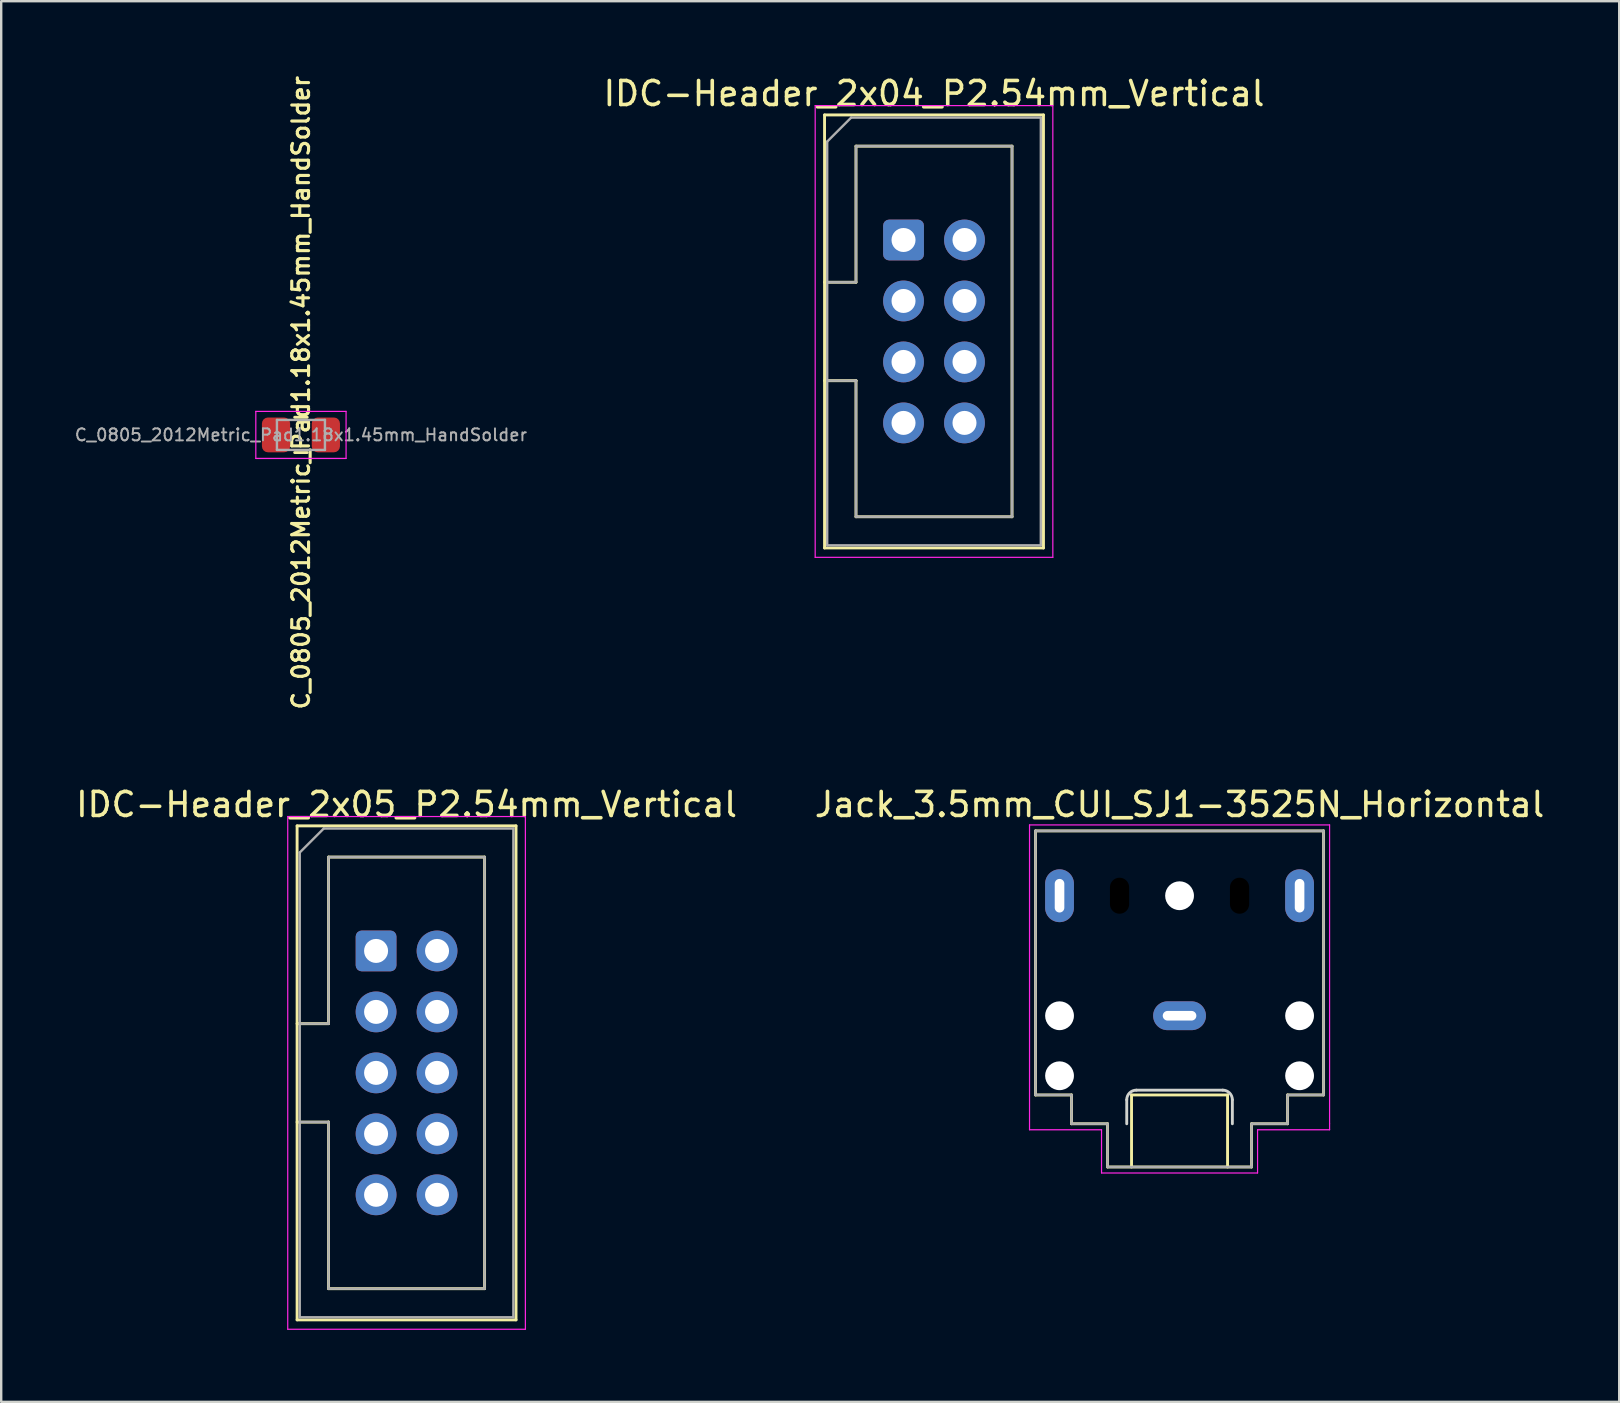
<source format=kicad_pcb>
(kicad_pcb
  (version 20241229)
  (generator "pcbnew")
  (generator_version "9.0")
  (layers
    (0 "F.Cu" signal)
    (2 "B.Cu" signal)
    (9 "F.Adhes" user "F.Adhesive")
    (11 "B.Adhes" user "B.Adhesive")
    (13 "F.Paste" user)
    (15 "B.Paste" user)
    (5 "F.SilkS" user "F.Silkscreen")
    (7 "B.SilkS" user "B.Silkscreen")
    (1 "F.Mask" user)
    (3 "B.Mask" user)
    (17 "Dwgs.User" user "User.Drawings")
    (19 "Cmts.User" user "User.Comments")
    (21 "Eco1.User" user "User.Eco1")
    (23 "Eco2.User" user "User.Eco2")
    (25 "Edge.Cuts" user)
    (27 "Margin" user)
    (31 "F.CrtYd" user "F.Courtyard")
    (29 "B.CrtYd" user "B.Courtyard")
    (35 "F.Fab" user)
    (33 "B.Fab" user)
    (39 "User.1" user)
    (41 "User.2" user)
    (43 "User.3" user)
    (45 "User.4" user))
  (footprint "IDC-Header_2x05_P2.54mm_Vertical"
    (layer "F.Cu")
    (at 12.617 36.565)
    (property "Reference" "IDC-Header_2x05_P2.54mm_Vertical" (at 1.27 -6.1 0) (layer "F.SilkS") (effects (font (size 1 1) (thickness 0.15))))
    (attr through_hole)
    (fp_line (start -3.29 -5.21) (end 5.83 -5.21) (stroke (width 0.12) (type solid)) (layer "F.SilkS"))
    (fp_line (start -3.29 3.03) (end -1.98 3.03) (stroke (width 0.12) (type solid)) (layer "F.SilkS"))
    (fp_line (start -3.29 15.37) (end -3.29 -5.21) (stroke (width 0.12) (type solid)) (layer "F.SilkS"))
    (fp_line (start -1.98 -3.91) (end 4.52 -3.91) (stroke (width 0.12) (type solid)) (layer "F.SilkS"))
    (fp_line (start -1.98 3.03) (end -1.98 -3.91) (stroke (width 0.12) (type solid)) (layer "F.SilkS"))
    (fp_line (start -1.98 7.13) (end -3.29 7.13) (stroke (width 0.12) (type solid)) (layer "F.SilkS"))
    (fp_line (start -1.98 7.13) (end -1.98 7.13) (stroke (width 0.12) (type solid)) (layer "F.SilkS"))
    (fp_line (start -1.98 14.07) (end -1.98 7.13) (stroke (width 0.12) (type solid)) (layer "F.SilkS"))
    (fp_line (start 4.52 -3.91) (end 4.52 14.07) (stroke (width 0.12) (type solid)) (layer "F.SilkS"))
    (fp_line (start 4.52 14.07) (end -1.98 14.07) (stroke (width 0.12) (type solid)) (layer "F.SilkS"))
    (fp_line (start 5.83 -5.21) (end 5.83 15.37) (stroke (width 0.12) (type solid)) (layer "F.SilkS"))
    (fp_line (start 5.83 15.37) (end -3.29 15.37) (stroke (width 0.12) (type solid)) (layer "F.SilkS"))
    (fp_line (start -3.68 -5.6) (end -3.68 15.76) (stroke (width 0.05) (type solid)) (layer "F.CrtYd"))
    (fp_line (start -3.68 15.76) (end 6.22 15.76) (stroke (width 0.05) (type solid)) (layer "F.CrtYd"))
    (fp_line (start 6.22 -5.6) (end -3.68 -5.6) (stroke (width 0.05) (type solid)) (layer "F.CrtYd"))
    (fp_line (start 6.22 15.76) (end 6.22 -5.6) (stroke (width 0.05) (type solid)) (layer "F.CrtYd"))
    (fp_line (start -3.18 -4.1) (end -2.18 -5.1) (stroke (width 0.1) (type solid)) (layer "F.Fab"))
    (fp_line (start -3.18 3.03) (end -1.98 3.03) (stroke (width 0.1) (type solid)) (layer "F.Fab"))
    (fp_line (start -3.18 15.26) (end -3.18 -4.1) (stroke (width 0.1) (type solid)) (layer "F.Fab"))
    (fp_line (start -2.18 -5.1) (end 5.72 -5.1) (stroke (width 0.1) (type solid)) (layer "F.Fab"))
    (fp_line (start -1.98 -3.91) (end 4.52 -3.91) (stroke (width 0.1) (type solid)) (layer "F.Fab"))
    (fp_line (start -1.98 3.03) (end -1.98 -3.91) (stroke (width 0.1) (type solid)) (layer "F.Fab"))
    (fp_line (start -1.98 7.13) (end -3.18 7.13) (stroke (width 0.1) (type solid)) (layer "F.Fab"))
    (fp_line (start -1.98 7.13) (end -1.98 7.13) (stroke (width 0.1) (type solid)) (layer "F.Fab"))
    (fp_line (start -1.98 14.07) (end -1.98 7.13) (stroke (width 0.1) (type solid)) (layer "F.Fab"))
    (fp_line (start 4.52 -3.91) (end 4.52 14.07) (stroke (width 0.1) (type solid)) (layer "F.Fab"))
    (fp_line (start 4.52 14.07) (end -1.98 14.07) (stroke (width 0.1) (type solid)) (layer "F.Fab"))
    (fp_line (start 5.72 -5.1) (end 5.72 15.26) (stroke (width 0.1) (type solid)) (layer "F.Fab"))
    (fp_line (start 5.72 15.26) (end -3.18 15.26) (stroke (width 0.1) (type solid)) (layer "F.Fab"))
    (pad "1" thru_hole roundrect (at 0 0) (size 1.7 1.7) (drill 1) (layers "*.Cu" "*.Mask") (roundrect_rratio 0.147))
    (pad "2" thru_hole circle (at 2.54 0) (size 1.7 1.7) (drill 1) (layers "*.Cu" "*.Mask"))
    (pad "3" thru_hole circle (at 0 2.54) (size 1.7 1.7) (drill 1) (layers "*.Cu" "*.Mask"))
    (pad "4" thru_hole circle (at 2.54 2.54) (size 1.7 1.7) (drill 1) (layers "*.Cu" "*.Mask"))
    (pad "5" thru_hole circle (at 0 5.08) (size 1.7 1.7) (drill 1) (layers "*.Cu" "*.Mask"))
    (pad "6" thru_hole circle (at 2.54 5.08) (size 1.7 1.7) (drill 1) (layers "*.Cu" "*.Mask"))
    (pad "7" thru_hole circle (at 0 7.62) (size 1.7 1.7) (drill 1) (layers "*.Cu" "*.Mask"))
    (pad "8" thru_hole circle (at 2.54 7.62) (size 1.7 1.7) (drill 1) (layers "*.Cu" "*.Mask"))
    (pad "9" thru_hole circle (at 0 10.16) (size 1.7 1.7) (drill 1) (layers "*.Cu" "*.Mask"))
    (pad "10" thru_hole circle (at 2.54 10.16) (size 1.7 1.7) (drill 1) (layers "*.Cu" "*.Mask")))
  (footprint "IDC-Header_2x04_P2.54mm_Vertical"
    (layer "F.Cu")
    (at 34.59 6.948)
    (property "Reference" "IDC-Header_2x04_P2.54mm_Vertical" (at 1.27 -6.1 180) (layer "F.SilkS") (effects (font (size 1 1) (thickness 0.15))))
    (attr through_hole)
    (fp_line (start -3.29 -5.21) (end 5.83 -5.21) (stroke (width 0.12) (type solid)) (layer "F.SilkS"))
    (fp_line (start -3.29 1.76) (end -1.98 1.76) (stroke (width 0.12) (type solid)) (layer "F.SilkS"))
    (fp_line (start -3.29 12.83) (end -3.29 -5.21) (stroke (width 0.12) (type solid)) (layer "F.SilkS"))
    (fp_line (start -1.98 -3.91) (end 4.52 -3.91) (stroke (width 0.12) (type solid)) (layer "F.SilkS"))
    (fp_line (start -1.98 1.76) (end -1.98 -3.91) (stroke (width 0.12) (type solid)) (layer "F.SilkS"))
    (fp_line (start -1.98 5.86) (end -3.29 5.86) (stroke (width 0.12) (type solid)) (layer "F.SilkS"))
    (fp_line (start -1.98 5.86) (end -1.98 5.86) (stroke (width 0.12) (type solid)) (layer "F.SilkS"))
    (fp_line (start -1.98 11.53) (end -1.98 5.86) (stroke (width 0.12) (type solid)) (layer "F.SilkS"))
    (fp_line (start 4.52 -3.91) (end 4.52 11.53) (stroke (width 0.12) (type solid)) (layer "F.SilkS"))
    (fp_line (start 4.52 11.53) (end -1.98 11.53) (stroke (width 0.12) (type solid)) (layer "F.SilkS"))
    (fp_line (start 5.83 -5.21) (end 5.83 12.83) (stroke (width 0.12) (type solid)) (layer "F.SilkS"))
    (fp_line (start 5.83 12.83) (end -3.29 12.83) (stroke (width 0.12) (type solid)) (layer "F.SilkS"))
    (fp_line (start -3.68 -5.6) (end -3.68 13.22) (stroke (width 0.05) (type solid)) (layer "F.CrtYd"))
    (fp_line (start -3.68 13.22) (end 6.22 13.22) (stroke (width 0.05) (type solid)) (layer "F.CrtYd"))
    (fp_line (start 6.22 -5.6) (end -3.68 -5.6) (stroke (width 0.05) (type solid)) (layer "F.CrtYd"))
    (fp_line (start 6.22 13.22) (end 6.22 -5.6) (stroke (width 0.05) (type solid)) (layer "F.CrtYd"))
    (fp_line (start -3.18 -4.1) (end -2.18 -5.1) (stroke (width 0.1) (type solid)) (layer "F.Fab"))
    (fp_line (start -3.18 1.76) (end -1.98 1.76) (stroke (width 0.1) (type solid)) (layer "F.Fab"))
    (fp_line (start -3.18 12.72) (end -3.18 -4.1) (stroke (width 0.1) (type solid)) (layer "F.Fab"))
    (fp_line (start -2.18 -5.1) (end 5.72 -5.1) (stroke (width 0.1) (type solid)) (layer "F.Fab"))
    (fp_line (start -1.98 -3.91) (end 4.52 -3.91) (stroke (width 0.1) (type solid)) (layer "F.Fab"))
    (fp_line (start -1.98 1.76) (end -1.98 -3.91) (stroke (width 0.1) (type solid)) (layer "F.Fab"))
    (fp_line (start -1.98 5.86) (end -3.18 5.86) (stroke (width 0.1) (type solid)) (layer "F.Fab"))
    (fp_line (start -1.98 5.86) (end -1.98 5.86) (stroke (width 0.1) (type solid)) (layer "F.Fab"))
    (fp_line (start -1.98 11.53) (end -1.98 5.86) (stroke (width 0.1) (type solid)) (layer "F.Fab"))
    (fp_line (start 4.52 -3.91) (end 4.52 11.53) (stroke (width 0.1) (type solid)) (layer "F.Fab"))
    (fp_line (start 4.52 11.53) (end -1.98 11.53) (stroke (width 0.1) (type solid)) (layer "F.Fab"))
    (fp_line (start 5.72 -5.1) (end 5.72 12.72) (stroke (width 0.1) (type solid)) (layer "F.Fab"))
    (fp_line (start 5.72 12.72) (end -3.18 12.72) (stroke (width 0.1) (type solid)) (layer "F.Fab"))
    (pad "1" thru_hole roundrect (at 0 0) (size 1.7 1.7) (drill 1) (layers "*.Cu" "*.Mask") (roundrect_rratio 0.147))
    (pad "2" thru_hole circle (at 2.54 0) (size 1.7 1.7) (drill 1) (layers "*.Cu" "*.Mask"))
    (pad "3" thru_hole circle (at 0 2.54) (size 1.7 1.7) (drill 1) (layers "*.Cu" "*.Mask"))
    (pad "4" thru_hole circle (at 2.54 2.54) (size 1.7 1.7) (drill 1) (layers "*.Cu" "*.Mask"))
    (pad "5" thru_hole circle (at 0 5.08) (size 1.7 1.7) (drill 1) (layers "*.Cu" "*.Mask"))
    (pad "6" thru_hole circle (at 2.54 5.08) (size 1.7 1.7) (drill 1) (layers "*.Cu" "*.Mask"))
    (pad "7" thru_hole circle (at 0 7.62) (size 1.7 1.7) (drill 1) (layers "*.Cu" "*.Mask"))
    (pad "8" thru_hole circle (at 2.54 7.62) (size 1.7 1.7) (drill 1) (layers "*.Cu" "*.Mask")))
  (footprint "Jack_3.5mm_CUI_SJ1-3525N_Horizontal"
    (layer "F.Cu")
    (at 46.089 39.265)
    (property "Reference" "Jack_3.5mm_CUI_SJ1-3525N_Horizontal" (at 0 -8.8 180) (layer "F.SilkS") (effects (font (size 1 1) (thickness 0.15))))
    (attr through_hole)
    (fp_line (start -6 -7.7) (end 6 -7.7) (stroke (width 0.12) (type solid)) (layer "F.SilkS"))
    (fp_line (start -6 3.3) (end -6 -7.7) (stroke (width 0.12) (type solid)) (layer "F.SilkS"))
    (fp_line (start -4.5 3.3) (end -6 3.3) (stroke (width 0.12) (type solid)) (layer "F.SilkS"))
    (fp_line (start -4.5 4.5) (end -4.5 3.3) (stroke (width 0.12) (type solid)) (layer "F.SilkS"))
    (fp_line (start -3 4.5) (end -4.5 4.5) (stroke (width 0.12) (type solid)) (layer "F.SilkS"))
    (fp_line (start -3 6.3) (end -3 4.5) (stroke (width 0.12) (type solid)) (layer "F.SilkS"))
    (fp_line (start -2 3.3) (end -2 6.3) (stroke (width 0.12) (type solid)) (layer "F.SilkS"))
    (fp_line (start 2 3.3) (end -2 3.3) (stroke (width 0.12) (type solid)) (layer "F.SilkS"))
    (fp_line (start 2 6.3) (end 2 3.3) (stroke (width 0.12) (type solid)) (layer "F.SilkS"))
    (fp_line (start 3 4.5) (end 3 6.3) (stroke (width 0.12) (type solid)) (layer "F.SilkS"))
    (fp_line (start 3 6.3) (end -3 6.3) (stroke (width 0.12) (type solid)) (layer "F.SilkS"))
    (fp_line (start 4.5 3.3) (end 4.5 4.5) (stroke (width 0.12) (type solid)) (layer "F.SilkS"))
    (fp_line (start 4.5 4.5) (end 3 4.5) (stroke (width 0.12) (type solid)) (layer "F.SilkS"))
    (fp_line (start 6 -7.7) (end 6 3.3) (stroke (width 0.12) (type solid)) (layer "F.SilkS"))
    (fp_line (start 6 3.3) (end 4.5 3.3) (stroke (width 0.12) (type solid)) (layer "F.SilkS"))
    (fp_line (start -2.2 3.5) (end -2.2 4.5) (stroke (width 0.12) (type solid)) (layer "Edge.Cuts"))
    (fp_line (start 1.8 3.1) (end -1.8 3.1) (stroke (width 0.12) (type solid)) (layer "Edge.Cuts"))
    (fp_line (start 2.2 3.5) (end 2.2 4.5) (stroke (width 0.12) (type solid)) (layer "Edge.Cuts"))
    (fp_arc (start -2.2 3.5) (mid -2.082842 3.217158) (end -1.8 3.1) (stroke (width 0.12) (type solid)) (layer "Edge.Cuts"))
    (fp_arc (start 1.8 3.1) (mid 2.082843 3.217157) (end 2.2 3.5) (stroke (width 0.12) (type solid)) (layer "Edge.Cuts"))
    (fp_line (start -6.25 -7.95) (end -6.25 4.75) (stroke (width 0.05) (type solid)) (layer "F.CrtYd"))
    (fp_line (start -6.25 4.75) (end -3.25 4.75) (stroke (width 0.05) (type solid)) (layer "F.CrtYd"))
    (fp_line (start -3.25 4.75) (end -3.25 6.55) (stroke (width 0.05) (type solid)) (layer "F.CrtYd"))
    (fp_line (start -3.25 6.55) (end 3.25 6.55) (stroke (width 0.05) (type solid)) (layer "F.CrtYd"))
    (fp_line (start 3.25 4.75) (end 6.25 4.75) (stroke (width 0.05) (type solid)) (layer "F.CrtYd"))
    (fp_line (start 3.25 6.55) (end 3.25 4.75) (stroke (width 0.05) (type solid)) (layer "F.CrtYd"))
    (fp_line (start 6.25 -7.95) (end -6.25 -7.95) (stroke (width 0.05) (type solid)) (layer "F.CrtYd"))
    (fp_line (start 6.25 4.5) (end 6.25 -7.95) (stroke (width 0.05) (type solid)) (layer "F.CrtYd"))
    (fp_line (start 6.25 4.75) (end 6.25 4.5) (stroke (width 0.05) (type solid)) (layer "F.CrtYd"))
    (fp_line (start -6 -7.7) (end 6 -7.7) (stroke (width 0.1) (type solid)) (layer "F.Fab"))
    (fp_line (start -6 3.3) (end -6 -7.7) (stroke (width 0.1) (type solid)) (layer "F.Fab"))
    (fp_line (start -4.5 3.3) (end -6 3.3) (stroke (width 0.1) (type solid)) (layer "F.Fab"))
    (fp_line (start -4.5 4.5) (end -4.5 3.3) (stroke (width 0.1) (type solid)) (layer "F.Fab"))
    (fp_line (start -4.5 4.5) (end -3 4.5) (stroke (width 0.1) (type solid)) (layer "F.Fab"))
    (fp_line (start -3 4.5) (end -3 6.3) (stroke (width 0.1) (type solid)) (layer "F.Fab"))
    (fp_line (start -3 6.3) (end 3 6.3) (stroke (width 0.1) (type solid)) (layer "F.Fab"))
    (fp_line (start 3 4.5) (end 3 6.3) (stroke (width 0.1) (type solid)) (layer "F.Fab"))
    (fp_line (start 4.5 3.3) (end 6 3.3) (stroke (width 0.1) (type solid)) (layer "F.Fab"))
    (fp_line (start 4.5 4.5) (end 3 4.5) (stroke (width 0.1) (type solid)) (layer "F.Fab"))
    (fp_line (start 4.5 4.5) (end 4.5 3.3) (stroke (width 0.1) (type solid)) (layer "F.Fab"))
    (fp_line (start 6 3.3) (end 6 -7.7) (stroke (width 0.1) (type solid)) (layer "F.Fab"))
    (pad "" np_thru_hole circle (at -5 0) (size 1.2 1.2) (drill 1.2) (layers "*.Cu" "*.Mask"))
    (pad "" np_thru_hole circle (at -5 2.5) (size 1.2 1.2) (drill 1.2) (layers "*.Cu" "*.Mask"))
    (pad "" np_thru_hole oval (at -2.5 -5) (size 1 1.7) (drill oval 0.8 1.5) (layers "*.Mask"))
    (pad "" np_thru_hole circle (at 0 -5) (size 1.2 1.2) (drill 1.2) (layers "*.Cu" "*.Mask"))
    (pad "" np_thru_hole oval (at 2.5 -5 180) (size 1 1.7) (drill oval 0.8 1.5) (layers "*.Mask"))
    (pad "" np_thru_hole circle (at 5 0) (size 1.2 1.2) (drill 1.2) (layers "*.Cu" "*.Mask"))
    (pad "" np_thru_hole circle (at 5 2.5) (size 1.2 1.2) (drill 1.2) (layers "*.Cu" "*.Mask"))
    (pad "R" thru_hole oval (at -5 -5) (size 1.2 2.2) (drill oval 0.4 1.4) (layers "*.Cu" "*.Mask"))
    (pad "S" thru_hole oval (at 0 0) (size 2.2 1.2) (drill oval 1.4 0.4) (layers "*.Cu" "*.Mask"))
    (pad "T" thru_hole oval (at 5 -5 180) (size 1.2 2.2) (drill oval 0.4 1.4) (layers "*.Cu" "*.Mask")))
  (footprint "C_0805_2012Metric_Pad1.18x1.45mm_HandSolder"
    (layer "F.Cu")
    (at 9.487 15.068)
    (property "Reference" "C_0805_2012Metric_Pad1.18x1.45mm_HandSolder" (at 0 -1.76 90) (layer "F.SilkS") (effects (font (size 0.7 0.7) (thickness 0.13) (bold yes))))
    (attr smd)
    (fp_line (start -0.261 -0.735) (end 0.261 -0.735) (stroke (width 0.12) (type solid)) (layer "F.SilkS"))
    (fp_line (start -0.261 0.735) (end 0.261 0.735) (stroke (width 0.12) (type solid)) (layer "F.SilkS"))
    (fp_line (start -1.88 -0.98) (end 1.88 -0.98) (stroke (width 0.05) (type solid)) (layer "F.CrtYd"))
    (fp_line (start -1.88 0.98) (end -1.88 -0.98) (stroke (width 0.05) (type solid)) (layer "F.CrtYd"))
    (fp_line (start 1.88 -0.98) (end 1.88 0.98) (stroke (width 0.05) (type solid)) (layer "F.CrtYd"))
    (fp_line (start 1.88 0.98) (end -1.88 0.98) (stroke (width 0.05) (type solid)) (layer "F.CrtYd"))
    (fp_line (start -1 -0.625) (end 1 -0.625) (stroke (width 0.1) (type solid)) (layer "F.Fab"))
    (fp_line (start -1 0.625) (end -1 -0.625) (stroke (width 0.1) (type solid)) (layer "F.Fab"))
    (fp_line (start 1 -0.625) (end 1 0.625) (stroke (width 0.1) (type solid)) (layer "F.Fab"))
    (fp_line (start 1 0.625) (end -1 0.625) (stroke (width 0.1) (type solid)) (layer "F.Fab"))
    (fp_text user "${REFERENCE}" (at 0 0 0) (layer "F.Fab") (effects (font (size 0.5 0.5) (thickness 0.08))))
    (pad "1" smd roundrect (at -1.038 0 180) (size 1.175 1.45) (layers "F.Cu" "F.Mask" "F.Paste") (roundrect_rratio 0.213))
    (pad "2" smd roundrect (at 1.038 0 180) (size 1.175 1.45) (layers "F.Cu" "F.Mask" "F.Paste") (roundrect_rratio 0.213)))
  (gr_rect
    (start -3 -3)
    (end 64.405 55.35)
    (stroke (width 0.1) (type default))
    (fill no)
    (layer "Edge.Cuts")))
</source>
